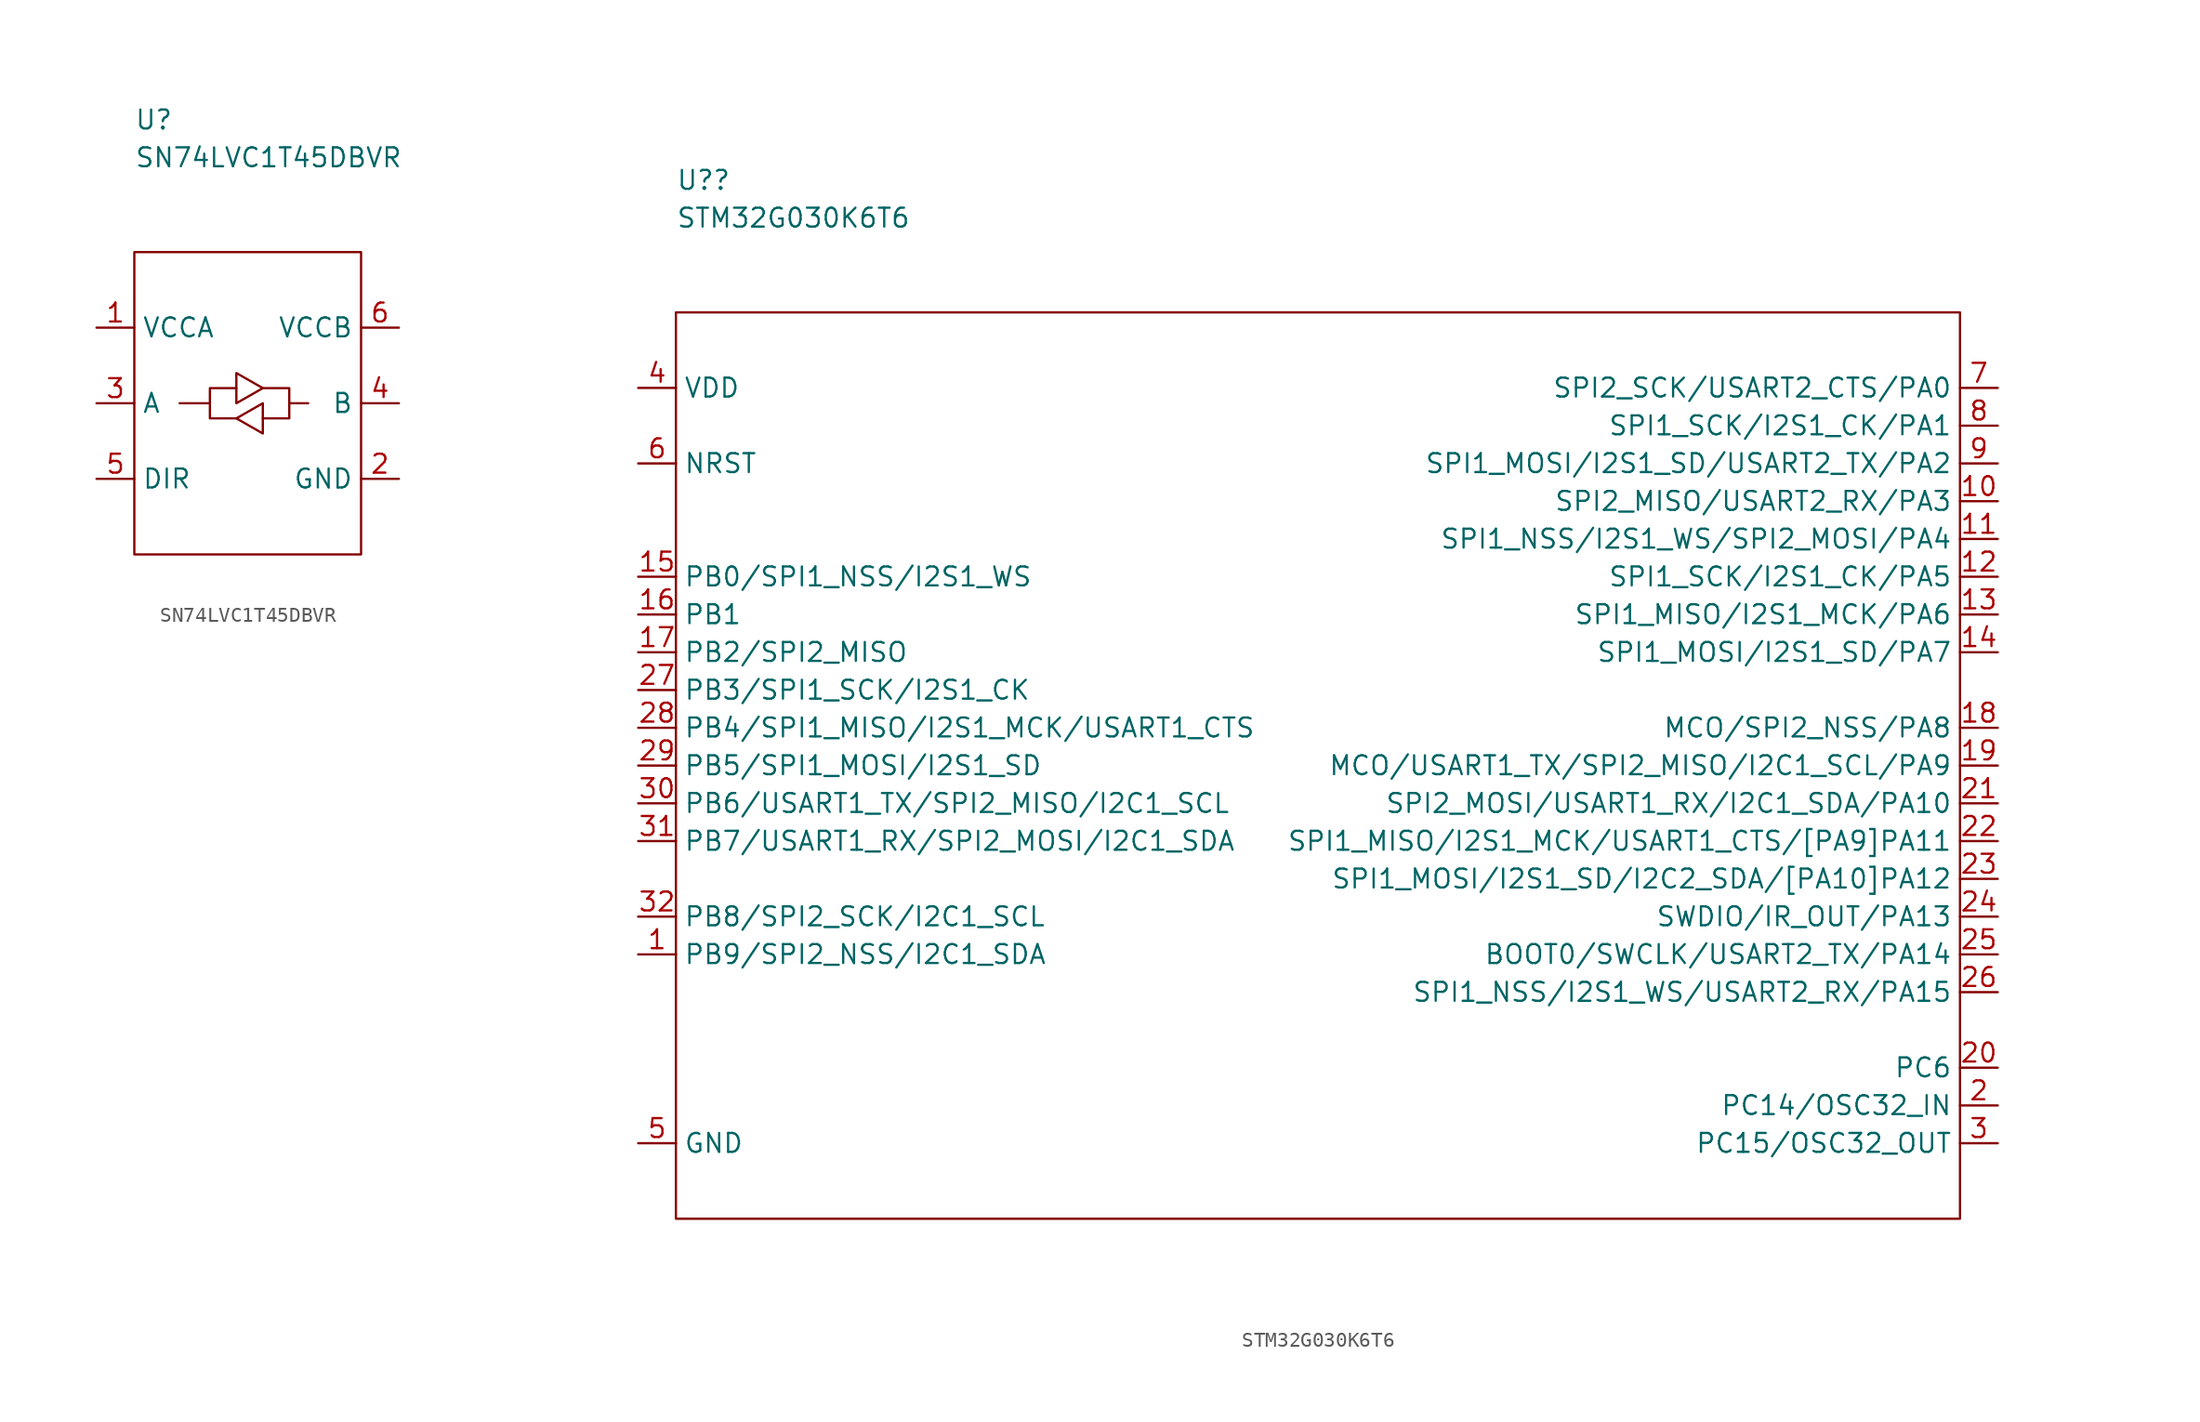
<source format=kicad_sym>
(kicad_symbol_lib
  (version 20211014)
  (generator kicad_symbol_editor)
  (symbol "SN74LVC1T45DBVR"
    (property "Reference" "U"
      (at 0 8.89 0)
      (effects (font (size 1.27 1.27)) (justify left)))
    (property "Value" "SN74LVC1T45DBVR"
      (at 0 6.35 0)
      (effects (font (size 1.27 1.27)) (justify left)))
    (symbol "SN74LVC1T45DBVR_0_1"
      (polyline (pts (xy 5.08 -10.16) (xy 5.08 -9.144) (xy 6.858 -9.144)) (stroke (width 0) (type default) (color 0 0 0 0)) (fill (type none)))
      (polyline (pts (xy 10.414 -10.16) (xy 10.414 -11.176) (xy 8.636 -11.176)) (stroke (width 0) (type default) (color 0 0 0 0)) (fill (type none)))
      (polyline (pts (xy 6.858 -11.176) (xy 5.08 -11.176) (xy 5.08 -10.16) (xy 3.048 -10.16)) (stroke (width 0) (type default) (color 0 0 0 0)) (fill (type none)))
      (polyline (pts (xy 6.858 -10.16) (xy 6.858 -8.128) (xy 8.636 -9.144) (xy 6.858 -10.16)) (stroke (width 0) (type default) (color 0 0 0 0)) (fill (type none)))
      (polyline (pts (xy 8.636 -9.144) (xy 10.414 -9.144) (xy 10.414 -10.16) (xy 11.684 -10.16)) (stroke (width 0) (type default) (color 0 0 0 0)) (fill (type none)))
      (polyline (pts (xy 8.636 -10.16) (xy 8.636 -11.938) (xy 8.636 -12.192) (xy 6.858 -11.176) (xy 8.636 -10.16)) (stroke (width 0) (type default) (color 0 0 0 0)) (fill (type none)))
      (rectangle (start 0 0) (end 15.24 -20.32) (stroke (width 0.152) (type default) (color 0 0 0 0)) (fill (type none))))
    (symbol "SN74LVC1T45DBVR_1_1"
      (pin passive line (at -2.54 -5.08 0) (length 2.54) (name "VCCA" (effects (font (size 1.27 1.27)))) (number "1" (effects (font (size 1.27 1.27)))))
      (pin passive line (at 17.78 -15.24 180) (length 2.54) (name "GND" (effects (font (size 1.27 1.27)))) (number "2" (effects (font (size 1.27 1.27)))))
      (pin passive line (at -2.54 -10.16 0) (length 2.54) (name "A" (effects (font (size 1.27 1.27)))) (number "3" (effects (font (size 1.27 1.27)))))
      (pin passive line (at 17.78 -10.16 180) (length 2.54) (name "B" (effects (font (size 1.27 1.27)))) (number "4" (effects (font (size 1.27 1.27)))))
      (pin passive line (at -2.54 -15.24 0) (length 2.54) (name "DIR" (effects (font (size 1.27 1.27)))) (number "5" (effects (font (size 1.27 1.27)))))
      (pin passive line (at 17.78 -5.08 180) (length 2.54) (name "VCCB" (effects (font (size 1.27 1.27)))) (number "6" (effects (font (size 1.27 1.27)))))))
  (symbol "STM32G030K6T6"
    (property "Reference" "U?"
      (at 0 8.89 0)
      (effects (font (size 1.27 1.27)) (justify left)))
    (property "Value" "STM32G030K6T6"
      (at 0 6.35 0)
      (effects (font (size 1.27 1.27)) (justify left)))
    (symbol "STM32G030K6T6_0_1"
      (rectangle (start 0 0) (end 86.36 -60.96) (stroke (width 0.152) (type default) (color 0 0 0 0)) (fill (type none))))
    (symbol "STM32G030K6T6_1_1"
      (pin passive line (at -2.54 -43.18 0) (length 2.54) (name "PB9/SPI2_NSS/I2C1_SDA" (effects (font (size 1.27 1.27)))) (number "1" (effects (font (size 1.27 1.27)))))
      (pin passive line (at 88.9 -12.7 180) (length 2.54) (name "SPI2_MISO/USART2_RX/PA3" (effects (font (size 1.27 1.27)))) (number "10" (effects (font (size 1.27 1.27)))))
      (pin passive line (at 88.9 -15.24 180) (length 2.54) (name "SPI1_NSS/I2S1_WS/SPI2_MOSI/PA4" (effects (font (size 1.27 1.27)))) (number "11" (effects (font (size 1.27 1.27)))))
      (pin passive line (at 88.9 -17.78 180) (length 2.54) (name "SPI1_SCK/I2S1_CK/PA5" (effects (font (size 1.27 1.27)))) (number "12" (effects (font (size 1.27 1.27)))))
      (pin passive line (at 88.9 -20.32 180) (length 2.54) (name "SPI1_MISO/I2S1_MCK/PA6" (effects (font (size 1.27 1.27)))) (number "13" (effects (font (size 1.27 1.27)))))
      (pin passive line (at 88.9 -22.86 180) (length 2.54) (name "SPI1_MOSI/I2S1_SD/PA7" (effects (font (size 1.27 1.27)))) (number "14" (effects (font (size 1.27 1.27)))))
      (pin passive line (at -2.54 -17.78 0) (length 2.54) (name "PB0/SPI1_NSS/I2S1_WS" (effects (font (size 1.27 1.27)))) (number "15" (effects (font (size 1.27 1.27)))))
      (pin passive line (at -2.54 -20.32 0) (length 2.54) (name "PB1" (effects (font (size 1.27 1.27)))) (number "16" (effects (font (size 1.27 1.27)))))
      (pin passive line (at -2.54 -22.86 0) (length 2.54) (name "PB2/SPI2_MISO" (effects (font (size 1.27 1.27)))) (number "17" (effects (font (size 1.27 1.27)))))
      (pin passive line (at 88.9 -27.94 180) (length 2.54) (name "MCO/SPI2_NSS/PA8" (effects (font (size 1.27 1.27)))) (number "18" (effects (font (size 1.27 1.27)))))
      (pin passive line (at 88.9 -30.48 180) (length 2.54) (name "MCO/USART1_TX/SPI2_MISO/I2C1_SCL/PA9" (effects (font (size 1.27 1.27)))) (number "19" (effects (font (size 1.27 1.27)))))
      (pin passive line (at 88.9 -53.34 180) (length 2.54) (name "PC14/OSC32_IN" (effects (font (size 1.27 1.27)))) (number "2" (effects (font (size 1.27 1.27)))))
      (pin passive line (at 88.9 -50.8 180) (length 2.54) (name "PC6" (effects (font (size 1.27 1.27)))) (number "20" (effects (font (size 1.27 1.27)))))
      (pin passive line (at 88.9 -33.02 180) (length 2.54) (name "SPI2_MOSI/USART1_RX/I2C1_SDA/PA10" (effects (font (size 1.27 1.27)))) (number "21" (effects (font (size 1.27 1.27)))))
      (pin passive line (at 88.9 -35.56 180) (length 2.54) (name "SPI1_MISO/I2S1_MCK/USART1_CTS/[PA9]PA11" (effects (font (size 1.27 1.27)))) (number "22" (effects (font (size 1.27 1.27)))))
      (pin passive line (at 88.9 -38.1 180) (length 2.54) (name "SPI1_MOSI/I2S1_SD/I2C2_SDA/[PA10]PA12" (effects (font (size 1.27 1.27)))) (number "23" (effects (font (size 1.27 1.27)))))
      (pin passive line (at 88.9 -40.64 180) (length 2.54) (name "SWDIO/IR_OUT/PA13" (effects (font (size 1.27 1.27)))) (number "24" (effects (font (size 1.27 1.27)))))
      (pin passive line (at 88.9 -43.18 180) (length 2.54) (name "BOOT0/SWCLK/USART2_TX/PA14" (effects (font (size 1.27 1.27)))) (number "25" (effects (font (size 1.27 1.27)))))
      (pin passive line (at 88.9 -45.72 180) (length 2.54) (name "SPI1_NSS/I2S1_WS/USART2_RX/PA15" (effects (font (size 1.27 1.27)))) (number "26" (effects (font (size 1.27 1.27)))))
      (pin passive line (at -2.54 -25.4 0) (length 2.54) (name "PB3/SPI1_SCK/I2S1_CK" (effects (font (size 1.27 1.27)))) (number "27" (effects (font (size 1.27 1.27)))))
      (pin passive line (at -2.54 -27.94 0) (length 2.54) (name "PB4/SPI1_MISO/I2S1_MCK/USART1_CTS" (effects (font (size 1.27 1.27)))) (number "28" (effects (font (size 1.27 1.27)))))
      (pin passive line (at -2.54 -30.48 0) (length 2.54) (name "PB5/SPI1_MOSI/I2S1_SD" (effects (font (size 1.27 1.27)))) (number "29" (effects (font (size 1.27 1.27)))))
      (pin passive line (at 88.9 -55.88 180) (length 2.54) (name "PC15/OSC32_OUT" (effects (font (size 1.27 1.27)))) (number "3" (effects (font (size 1.27 1.27)))))
      (pin passive line (at -2.54 -33.02 0) (length 2.54) (name "PB6/USART1_TX/SPI2_MISO/I2C1_SCL" (effects (font (size 1.27 1.27)))) (number "30" (effects (font (size 1.27 1.27)))))
      (pin passive line (at -2.54 -35.56 0) (length 2.54) (name "PB7/USART1_RX/SPI2_MOSI/I2C1_SDA" (effects (font (size 1.27 1.27)))) (number "31" (effects (font (size 1.27 1.27)))))
      (pin passive line (at -2.54 -40.64 0) (length 2.54) (name "PB8/SPI2_SCK/I2C1_SCL" (effects (font (size 1.27 1.27)))) (number "32" (effects (font (size 1.27 1.27)))))
      (pin passive line (at -2.54 -5.08 0) (length 2.54) (name "VDD" (effects (font (size 1.27 1.27)))) (number "4" (effects (font (size 1.27 1.27)))))
      (pin passive line (at -2.54 -55.88 0) (length 2.54) (name "GND" (effects (font (size 1.27 1.27)))) (number "5" (effects (font (size 1.27 1.27)))))
      (pin passive line (at -2.54 -10.16 0) (length 2.54) (name "NRST" (effects (font (size 1.27 1.27)))) (number "6" (effects (font (size 1.27 1.27)))))
      (pin passive line (at 88.9 -5.08 180) (length 2.54) (name "SPI2_SCK/USART2_CTS/PA0" (effects (font (size 1.27 1.27)))) (number "7" (effects (font (size 1.27 1.27)))))
      (pin passive line (at 88.9 -7.62 180) (length 2.54) (name "SPI1_SCK/I2S1_CK/PA1" (effects (font (size 1.27 1.27)))) (number "8" (effects (font (size 1.27 1.27)))))
      (pin passive line (at 88.9 -10.16 180) (length 2.54) (name "SPI1_MOSI/I2S1_SD/USART2_TX/PA2" (effects (font (size 1.27 1.27)))) (number "9" (effects (font (size 1.27 1.27))))))))
</source>
